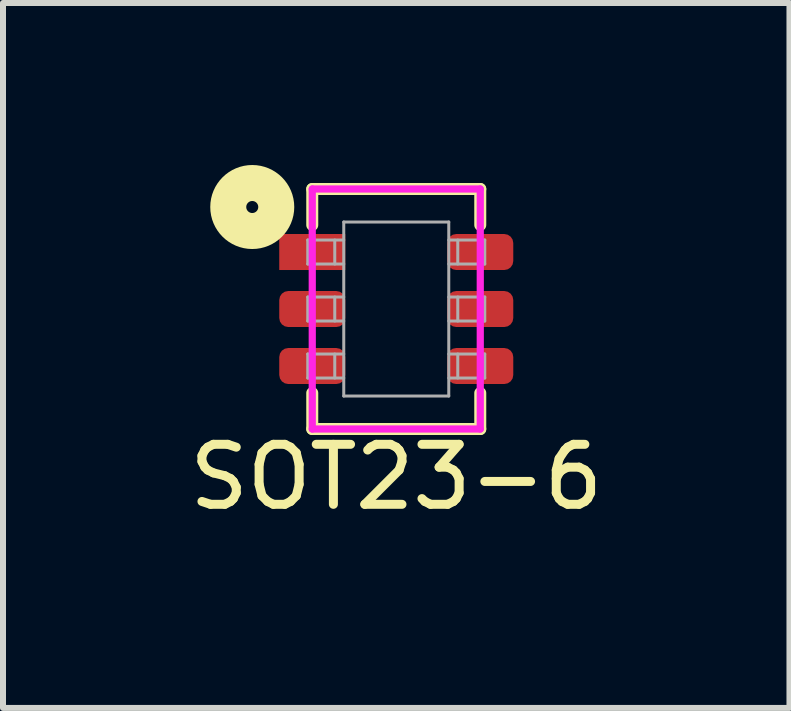
<source format=kicad_pcb>
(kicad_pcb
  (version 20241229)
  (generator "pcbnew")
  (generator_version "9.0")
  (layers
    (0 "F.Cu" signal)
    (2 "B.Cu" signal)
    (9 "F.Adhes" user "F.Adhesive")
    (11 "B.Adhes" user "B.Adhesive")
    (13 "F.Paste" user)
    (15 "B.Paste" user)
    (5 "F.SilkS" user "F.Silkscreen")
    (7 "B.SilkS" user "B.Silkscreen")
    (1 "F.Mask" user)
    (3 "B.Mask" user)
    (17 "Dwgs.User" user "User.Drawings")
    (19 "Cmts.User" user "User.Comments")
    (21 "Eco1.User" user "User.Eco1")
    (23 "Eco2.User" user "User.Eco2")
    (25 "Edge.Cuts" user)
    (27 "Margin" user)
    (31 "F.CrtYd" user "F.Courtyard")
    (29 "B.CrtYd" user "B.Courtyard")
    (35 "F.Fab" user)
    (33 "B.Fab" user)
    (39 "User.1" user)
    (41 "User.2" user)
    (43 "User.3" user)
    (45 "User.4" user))
  (footprint "SOT23-6"
    (layer "F.Cu")
    (at 3.554 2.1)
    (property "Reference" "SOT23-6" (at 0 2.8 0) (layer "F.SilkS") (effects (font (size 1 1) (thickness 0.15))))
    (attr through_hole)
    (fp_line (start -1.4 -2) (end -1.4 -1.4) (stroke (width 0.2) (type solid)) (layer "F.SilkS"))
    (fp_line (start -1.4 2) (end -1.4 1.4) (stroke (width 0.2) (type solid)) (layer "F.SilkS"))
    (fp_line (start -1.4 2) (end 1.4 2) (stroke (width 0.2) (type solid)) (layer "F.SilkS"))
    (fp_line (start 1.4 -2) (end -1.4 -2) (stroke (width 0.2) (type solid)) (layer "F.SilkS"))
    (fp_line (start 1.4 -2) (end 1.4 -1.4) (stroke (width 0.2) (type solid)) (layer "F.SilkS"))
    (fp_line (start 1.4 2) (end 1.4 1.4) (stroke (width 0.2) (type solid)) (layer "F.SilkS"))
    (fp_circle (center -2.4 -1.7) (end -2.3 -1.7) (stroke (width 0.6) (type solid)) (fill no) (layer "F.SilkS"))
    (fp_line (start -1.4 -2) (end -1.4 2) (stroke (width 0.12) (type solid)) (layer "F.CrtYd"))
    (fp_line (start -1.4 2) (end 1.4 2) (stroke (width 0.12) (type solid)) (layer "F.CrtYd"))
    (fp_line (start 1.4 -2) (end -1.4 -2) (stroke (width 0.12) (type solid)) (layer "F.CrtYd"))
    (fp_line (start 1.4 2) (end 1.4 -2) (stroke (width 0.12) (type solid)) (layer "F.CrtYd"))
    (fp_line (start -1.475 -0.2) (end -0.875 -0.2) (stroke (width 0.05) (type solid)) (layer "F.Fab"))
    (fp_line (start -1.475 0.2) (end -1.475 -0.2) (stroke (width 0.05) (type solid)) (layer "F.Fab"))
    (fp_line (start -1.475 0.75) (end -0.875 0.75) (stroke (width 0.05) (type solid)) (layer "F.Fab"))
    (fp_line (start -1.475 1.15) (end -1.475 0.75) (stroke (width 0.05) (type solid)) (layer "F.Fab"))
    (fp_line (start -1.475 -1.15) (end -0.875 -1.15) (stroke (width 0.05) (type solid)) (layer "F.Fab"))
    (fp_line (start -1.475 -0.75) (end -1.475 -1.15) (stroke (width 0.05) (type solid)) (layer "F.Fab"))
    (fp_line (start -1.025 -1.15) (end -1.025 -0.75) (stroke (width 0.05) (type solid)) (layer "F.Fab"))
    (fp_line (start -1.025 -0.2) (end -1.025 0.2) (stroke (width 0.05) (type solid)) (layer "F.Fab"))
    (fp_line (start -1.025 0.75) (end -1.025 1.15) (stroke (width 0.05) (type solid)) (layer "F.Fab"))
    (fp_line (start -0.875 -1.45) (end -0.875 1.45) (stroke (width 0.05) (type solid)) (layer "F.Fab"))
    (fp_line (start -0.875 -0.75) (end -1.475 -0.75) (stroke (width 0.05) (type solid)) (layer "F.Fab"))
    (fp_line (start -0.875 0.2) (end -1.475 0.2) (stroke (width 0.05) (type solid)) (layer "F.Fab"))
    (fp_line (start -0.875 1.15) (end -1.475 1.15) (stroke (width 0.05) (type solid)) (layer "F.Fab"))
    (fp_line (start -0.875 1.45) (end 0.875 1.45) (stroke (width 0.05) (type solid)) (layer "F.Fab"))
    (fp_line (start 0.875 -1.45) (end -0.875 -1.45) (stroke (width 0.05) (type solid)) (layer "F.Fab"))
    (fp_line (start 0.875 -0.75) (end 1.475 -0.75) (stroke (width 0.05) (type solid)) (layer "F.Fab"))
    (fp_line (start 0.875 0.2) (end 1.475 0.2) (stroke (width 0.05) (type solid)) (layer "F.Fab"))
    (fp_line (start 0.875 1.15) (end 1.475 1.15) (stroke (width 0.05) (type solid)) (layer "F.Fab"))
    (fp_line (start 0.875 1.45) (end 0.875 -1.45) (stroke (width 0.05) (type solid)) (layer "F.Fab"))
    (fp_line (start 1.025 -1.15) (end 1.025 -0.75) (stroke (width 0.05) (type solid)) (layer "F.Fab"))
    (fp_line (start 1.025 -0.2) (end 1.025 0.2) (stroke (width 0.05) (type solid)) (layer "F.Fab"))
    (fp_line (start 1.025 0.75) (end 1.025 1.15) (stroke (width 0.05) (type solid)) (layer "F.Fab"))
    (fp_line (start 1.475 -1.15) (end 0.875 -1.15) (stroke (width 0.05) (type solid)) (layer "F.Fab"))
    (fp_line (start 1.475 -0.75) (end 1.475 -1.15) (stroke (width 0.05) (type solid)) (layer "F.Fab"))
    (fp_line (start 1.475 -0.2) (end 0.875 -0.2) (stroke (width 0.05) (type solid)) (layer "F.Fab"))
    (fp_line (start 1.475 0.2) (end 1.475 -0.2) (stroke (width 0.05) (type solid)) (layer "F.Fab"))
    (fp_line (start 1.475 0.75) (end 0.875 0.75) (stroke (width 0.05) (type solid)) (layer "F.Fab"))
    (fp_line (start 1.475 1.15) (end 1.475 0.75) (stroke (width 0.05) (type solid)) (layer "F.Fab"))
    (pad "1" smd rect (at -1.4 -0.95) (size 1.1 0.6) (layers "F.Cu" "F.Mask" "F.Paste"))
    (pad "2" smd roundrect (at -1.4 0) (size 1.1 0.6) (layers "F.Cu" "F.Mask" "F.Paste") (roundrect_rratio 0.25))
    (pad "3" smd roundrect (at -1.4 0.95) (size 1.1 0.6) (layers "F.Cu" "F.Mask" "F.Paste") (roundrect_rratio 0.25))
    (pad "4" smd roundrect (at 1.4 0.95) (size 1.1 0.6) (layers "F.Cu" "F.Mask" "F.Paste") (roundrect_rratio 0.25))
    (pad "5" smd roundrect (at 1.4 0) (size 1.1 0.6) (layers "F.Cu" "F.Mask" "F.Paste") (roundrect_rratio 0.25))
    (pad "6" smd roundrect (at 1.4 -0.95) (size 1.1 0.6) (layers "F.Cu" "F.Mask" "F.Paste") (roundrect_rratio 0.25)))
  (gr_rect
    (start -3 -3)
    (end 10.107 8.748)
    (stroke (width 0.1) (type default))
    (fill no)
    (layer "Edge.Cuts")))
</source>
